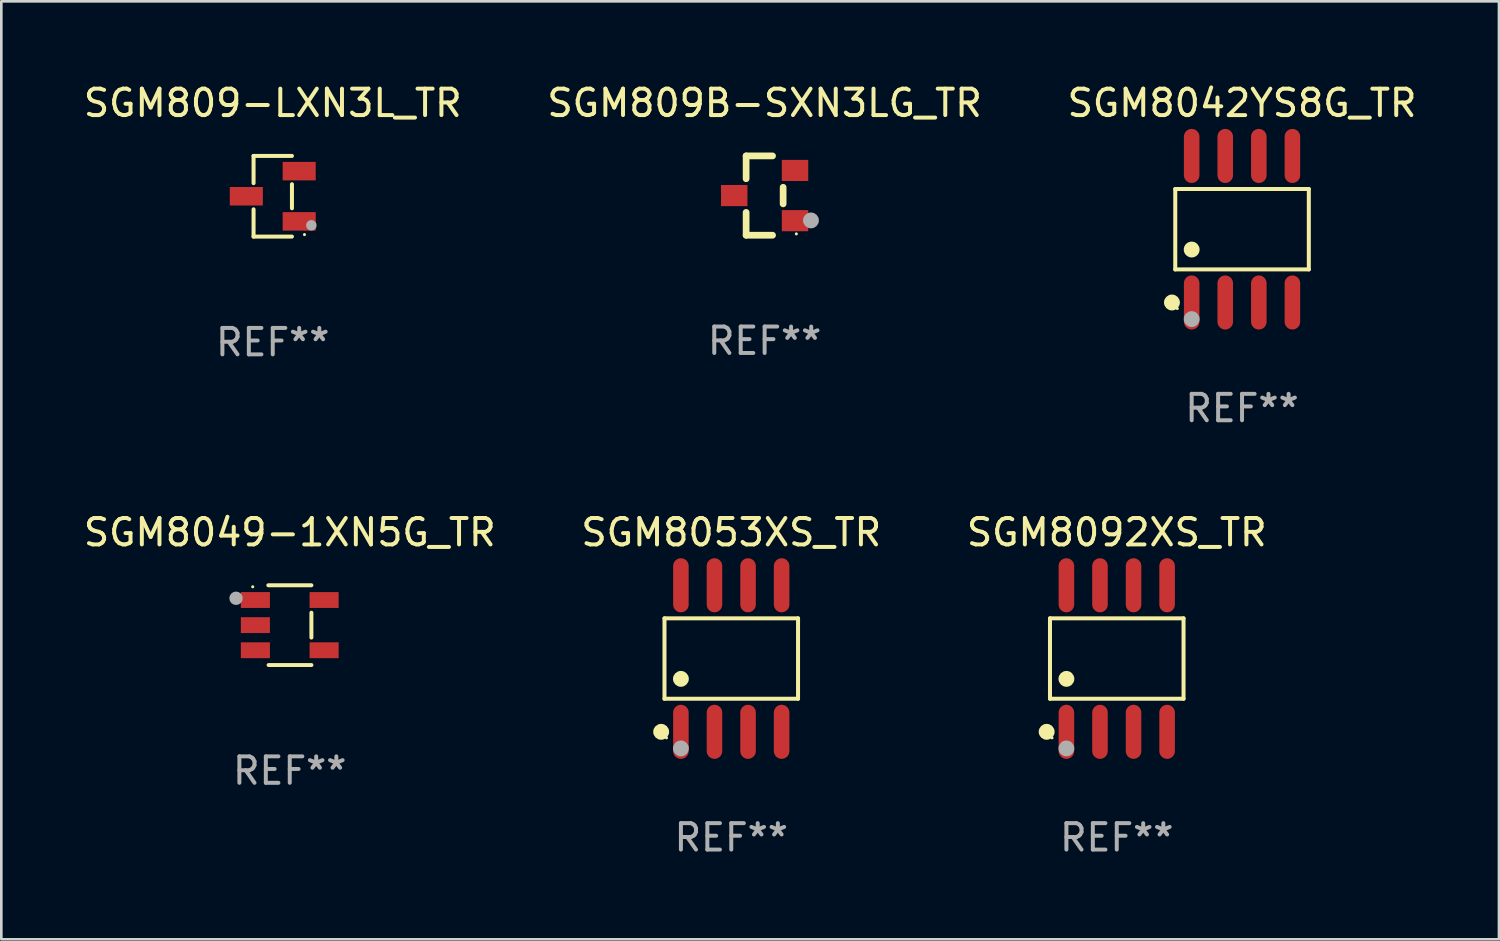
<source format=kicad_pcb>
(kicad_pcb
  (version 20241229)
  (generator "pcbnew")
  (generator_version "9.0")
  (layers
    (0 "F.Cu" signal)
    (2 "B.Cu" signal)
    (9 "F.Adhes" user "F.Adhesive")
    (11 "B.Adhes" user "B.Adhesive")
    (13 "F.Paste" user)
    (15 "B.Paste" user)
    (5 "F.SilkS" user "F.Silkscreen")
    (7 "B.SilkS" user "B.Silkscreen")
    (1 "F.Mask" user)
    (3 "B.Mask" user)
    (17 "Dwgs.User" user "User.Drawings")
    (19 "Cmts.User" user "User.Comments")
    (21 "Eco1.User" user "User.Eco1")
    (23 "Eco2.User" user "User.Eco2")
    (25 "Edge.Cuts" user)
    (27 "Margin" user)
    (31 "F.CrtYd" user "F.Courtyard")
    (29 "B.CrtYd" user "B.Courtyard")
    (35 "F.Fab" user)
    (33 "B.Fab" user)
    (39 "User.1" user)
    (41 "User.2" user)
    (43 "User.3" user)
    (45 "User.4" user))
  (footprint "SGM8042YS8G_TR"
    (layer "F.Cu")
    (at 43.935 5.621)
    (property "Reference" "SGM8042YS8G_TR" (at 0 -4.772 0) (layer "F.SilkS") (effects (font (size 1 1) (thickness 0.15))))
    (attr through_hole)
    (fp_line (start -2.526 -1.521) (end 2.526 -1.521) (stroke (width 0.152) (type solid)) (layer "F.SilkS"))
    (fp_line (start -2.526 1.521) (end -2.526 -1.521) (stroke (width 0.152) (type solid)) (layer "F.SilkS"))
    (fp_line (start 2.526 -1.521) (end 2.526 1.521) (stroke (width 0.152) (type solid)) (layer "F.SilkS"))
    (fp_line (start 2.526 1.521) (end -2.526 1.521) (stroke (width 0.152) (type solid)) (layer "F.SilkS"))
    (fp_circle (center -2.652 2.772) (end -2.501 2.772) (stroke (width 0.3) (type solid)) (fill no) (layer "F.SilkS"))
    (fp_circle (center -2.45 3) (end -2.42 3) (stroke (width 0.06) (type solid)) (fill no) (layer "F.SilkS"))
    (fp_circle (center -1.905 0.769) (end -1.755 0.769) (stroke (width 0.3) (type solid)) (fill no) (layer "F.SilkS"))
    (fp_circle (center -1.905 3.4) (end -1.755 3.4) (stroke (width 0.3) (type solid)) (fill no) (layer "F.Fab"))
    (fp_text user "REF**" (at 0 6.772 0) (layer "F.Fab") (effects (font (size 1 1) (thickness 0.15))))
    (pad "1" smd oval (at -1.905 2.772) (size 0.588 2.045) (layers "F.Cu" "F.Mask" "F.Paste"))
    (pad "2" smd oval (at -0.635 2.772) (size 0.588 2.045) (layers "F.Cu" "F.Mask" "F.Paste"))
    (pad "3" smd oval (at 0.635 2.772) (size 0.588 2.045) (layers "F.Cu" "F.Mask" "F.Paste"))
    (pad "4" smd oval (at 1.905 2.772) (size 0.588 2.045) (layers "F.Cu" "F.Mask" "F.Paste"))
    (pad "5" smd oval (at 1.905 -2.772) (size 0.588 2.045) (layers "F.Cu" "F.Mask" "F.Paste"))
    (pad "6" smd oval (at 0.635 -2.772) (size 0.588 2.045) (layers "F.Cu" "F.Mask" "F.Paste"))
    (pad "7" smd oval (at -0.635 -2.772) (size 0.588 2.045) (layers "F.Cu" "F.Mask" "F.Paste"))
    (pad "8" smd oval (at -1.905 -2.772) (size 0.588 2.045) (layers "F.Cu" "F.Mask" "F.Paste")))
  (footprint "SGM8049-1XN5G_TR"
    (layer "F.Cu")
    (at 7.911 20.599)
    (property "Reference" "SGM8049-1XN5G_TR" (at 0 -3.509 0) (layer "F.SilkS") (effects (font (size 1 1) (thickness 0.15))))
    (attr through_hole)
    (fp_line (start -0.811 -1.509) (end 0.819 -1.509) (stroke (width 0.15) (type solid)) (layer "F.SilkS"))
    (fp_line (start -0.8 1.509) (end 0.82 1.509) (stroke (width 0.15) (type solid)) (layer "F.SilkS"))
    (fp_line (start 0.819 -0.472) (end 0.819 0.47) (stroke (width 0.15) (type solid)) (layer "F.SilkS"))
    (fp_circle (center -1.4 -1.451) (end -1.37 -1.451) (stroke (width 0.06) (type solid)) (fill no) (layer "F.SilkS"))
    (fp_circle (center -2.032 -1.017) (end -1.905 -1.017) (stroke (width 0.254) (type solid)) (fill no) (layer "F.Fab"))
    (fp_text user "REF**" (at 0 5.509 0) (layer "F.Fab") (effects (font (size 1 1) (thickness 0.15))))
    (pad "1" smd rect (at -1.3 -0.951) (size 1.1 0.6) (layers "F.Cu" "F.Mask" "F.Paste"))
    (pad "2" smd rect (at -1.3 -0.001) (size 1.1 0.6) (layers "F.Cu" "F.Mask" "F.Paste"))
    (pad "3" smd rect (at -1.3 0.949) (size 1.1 0.6) (layers "F.Cu" "F.Mask" "F.Paste"))
    (pad "4" smd rect (at 1.3 0.949) (size 1.1 0.6) (layers "F.Cu" "F.Mask" "F.Paste"))
    (pad "5" smd rect (at 1.3 -0.951) (size 1.1 0.6) (layers "F.Cu" "F.Mask" "F.Paste")))
  (footprint "SGM809-LXN3L_TR"
    (layer "F.Cu")
    (at 7.268 4.374)
    (property "Reference" "SGM809-LXN3L_TR" (at 0 -3.526 0) (layer "F.SilkS") (effects (font (size 1 1) (thickness 0.15))))
    (attr through_hole)
    (fp_line (start -0.726 -1.526) (end -0.726 -0.495) (stroke (width 0.152) (type solid)) (layer "F.SilkS"))
    (fp_line (start -0.726 1.526) (end -0.726 0.495) (stroke (width 0.152) (type solid)) (layer "F.SilkS"))
    (fp_line (start 0.726 -1.526) (end -0.726 -1.526) (stroke (width 0.152) (type solid)) (layer "F.SilkS"))
    (fp_line (start 0.726 -0.455) (end 0.726 0.455) (stroke (width 0.152) (type solid)) (layer "F.SilkS"))
    (fp_line (start 0.726 1.526) (end -0.726 1.526) (stroke (width 0.152) (type solid)) (layer "F.SilkS"))
    (fp_circle (center 1.2 1.45) (end 1.23 1.45) (stroke (width 0.06) (type solid)) (fill no) (layer "F.SilkS"))
    (fp_circle (center 1.46 1.1) (end 1.56 1.1) (stroke (width 0.2) (type solid)) (fill no) (layer "F.Fab"))
    (fp_text user "REF**" (at 0 5.526 0) (layer "F.Fab") (effects (font (size 1 1) (thickness 0.15))))
    (pad "1" smd rect (at 1 0.95) (size 1.25 0.7) (layers "F.Cu" "F.Mask" "F.Paste"))
    (pad "2" smd rect (at 1 -0.95) (size 1.25 0.7) (layers "F.Cu" "F.Mask" "F.Paste"))
    (pad "3" smd rect (at -1 0) (size 1.25 0.7) (layers "F.Cu" "F.Mask" "F.Paste")))
  (footprint "SGM8092XS_TR"
    (layer "F.Cu")
    (at 39.196 21.862)
    (property "Reference" "SGM8092XS_TR" (at 0 -4.772 0) (layer "F.SilkS") (effects (font (size 1 1) (thickness 0.15))))
    (attr through_hole)
    (fp_line (start -2.526 -1.521) (end 2.526 -1.521) (stroke (width 0.152) (type solid)) (layer "F.SilkS"))
    (fp_line (start -2.526 1.521) (end -2.526 -1.521) (stroke (width 0.152) (type solid)) (layer "F.SilkS"))
    (fp_line (start 2.526 -1.521) (end 2.526 1.521) (stroke (width 0.152) (type solid)) (layer "F.SilkS"))
    (fp_line (start 2.526 1.521) (end -2.526 1.521) (stroke (width 0.152) (type solid)) (layer "F.SilkS"))
    (fp_circle (center -2.652 2.772) (end -2.501 2.772) (stroke (width 0.3) (type solid)) (fill no) (layer "F.SilkS"))
    (fp_circle (center -2.45 3) (end -2.42 3) (stroke (width 0.06) (type solid)) (fill no) (layer "F.SilkS"))
    (fp_circle (center -1.905 0.769) (end -1.755 0.769) (stroke (width 0.3) (type solid)) (fill no) (layer "F.SilkS"))
    (fp_circle (center -1.905 3.4) (end -1.755 3.4) (stroke (width 0.3) (type solid)) (fill no) (layer "F.Fab"))
    (fp_text user "REF**" (at 0 6.772 0) (layer "F.Fab") (effects (font (size 1 1) (thickness 0.15))))
    (pad "1" smd oval (at -1.905 2.772) (size 0.588 2.045) (layers "F.Cu" "F.Mask" "F.Paste"))
    (pad "2" smd oval (at -0.635 2.772) (size 0.588 2.045) (layers "F.Cu" "F.Mask" "F.Paste"))
    (pad "3" smd oval (at 0.635 2.772) (size 0.588 2.045) (layers "F.Cu" "F.Mask" "F.Paste"))
    (pad "4" smd oval (at 1.905 2.772) (size 0.588 2.045) (layers "F.Cu" "F.Mask" "F.Paste"))
    (pad "5" smd oval (at 1.905 -2.772) (size 0.588 2.045) (layers "F.Cu" "F.Mask" "F.Paste"))
    (pad "6" smd oval (at 0.635 -2.772) (size 0.588 2.045) (layers "F.Cu" "F.Mask" "F.Paste"))
    (pad "7" smd oval (at -0.635 -2.772) (size 0.588 2.045) (layers "F.Cu" "F.Mask" "F.Paste"))
    (pad "8" smd oval (at -1.905 -2.772) (size 0.588 2.045) (layers "F.Cu" "F.Mask" "F.Paste")))
  (footprint "SGM8053XS_TR"
    (layer "F.Cu")
    (at 24.613 21.862)
    (property "Reference" "SGM8053XS_TR" (at 0 -4.772 0) (layer "F.SilkS") (effects (font (size 1 1) (thickness 0.15))))
    (attr through_hole)
    (fp_line (start -2.526 -1.521) (end 2.526 -1.521) (stroke (width 0.152) (type solid)) (layer "F.SilkS"))
    (fp_line (start -2.526 1.521) (end -2.526 -1.521) (stroke (width 0.152) (type solid)) (layer "F.SilkS"))
    (fp_line (start 2.526 -1.521) (end 2.526 1.521) (stroke (width 0.152) (type solid)) (layer "F.SilkS"))
    (fp_line (start 2.526 1.521) (end -2.526 1.521) (stroke (width 0.152) (type solid)) (layer "F.SilkS"))
    (fp_circle (center -2.652 2.772) (end -2.501 2.772) (stroke (width 0.3) (type solid)) (fill no) (layer "F.SilkS"))
    (fp_circle (center -2.45 3) (end -2.42 3) (stroke (width 0.06) (type solid)) (fill no) (layer "F.SilkS"))
    (fp_circle (center -1.905 0.769) (end -1.755 0.769) (stroke (width 0.3) (type solid)) (fill no) (layer "F.SilkS"))
    (fp_circle (center -1.905 3.4) (end -1.755 3.4) (stroke (width 0.3) (type solid)) (fill no) (layer "F.Fab"))
    (fp_text user "REF**" (at 0 6.772 0) (layer "F.Fab") (effects (font (size 1 1) (thickness 0.15))))
    (pad "1" smd oval (at -1.905 2.772) (size 0.588 2.045) (layers "F.Cu" "F.Mask" "F.Paste"))
    (pad "2" smd oval (at -0.635 2.772) (size 0.588 2.045) (layers "F.Cu" "F.Mask" "F.Paste"))
    (pad "3" smd oval (at 0.635 2.772) (size 0.588 2.045) (layers "F.Cu" "F.Mask" "F.Paste"))
    (pad "4" smd oval (at 1.905 2.772) (size 0.588 2.045) (layers "F.Cu" "F.Mask" "F.Paste"))
    (pad "5" smd oval (at 1.905 -2.772) (size 0.588 2.045) (layers "F.Cu" "F.Mask" "F.Paste"))
    (pad "6" smd oval (at 0.635 -2.772) (size 0.588 2.045) (layers "F.Cu" "F.Mask" "F.Paste"))
    (pad "7" smd oval (at -0.635 -2.772) (size 0.588 2.045) (layers "F.Cu" "F.Mask" "F.Paste"))
    (pad "8" smd oval (at -1.905 -2.772) (size 0.588 2.045) (layers "F.Cu" "F.Mask" "F.Paste")))
  (footprint "SGM809B-SXN3LG_TR"
    (layer "F.Cu")
    (at 25.875 4.348)
    (property "Reference" "SGM809B-SXN3LG_TR" (at 0 -3.5 0) (layer "F.SilkS") (effects (font (size 1 1) (thickness 0.15))))
    (attr through_hole)
    (fp_line (start -0.7 -1.5) (end 0.3 -1.5) (stroke (width 0.254) (type solid)) (layer "F.SilkS"))
    (fp_line (start -0.7 -0.636) (end -0.7 -1.5) (stroke (width 0.254) (type solid)) (layer "F.SilkS"))
    (fp_line (start -0.7 1.5) (end -0.7 0.636) (stroke (width 0.254) (type solid)) (layer "F.SilkS"))
    (fp_line (start -0.7 1.5) (end 0.3 1.5) (stroke (width 0.254) (type solid)) (layer "F.SilkS"))
    (fp_line (start 0.7 0.314) (end 0.7 -0.314) (stroke (width 0.254) (type solid)) (layer "F.SilkS"))
    (fp_circle (center 1.2 1.45) (end 1.23 1.45) (stroke (width 0.06) (type solid)) (fill no) (layer "F.SilkS"))
    (fp_circle (center 1.753 0.94) (end 1.903 0.94) (stroke (width 0.3) (type solid)) (fill no) (layer "F.Fab"))
    (fp_text user "REF**" (at 0 5.5 0) (layer "F.Fab") (effects (font (size 1 1) (thickness 0.15))))
    (pad "1" smd rect (at 1.15 0.95 180) (size 1 0.8) (layers "F.Cu" "F.Mask" "F.Paste"))
    (pad "2" smd rect (at 1.15 -0.95 180) (size 1 0.8) (layers "F.Cu" "F.Mask" "F.Paste"))
    (pad "3" smd rect (at -1.15 -0.000051 180) (size 1 0.8) (layers "F.Cu" "F.Mask" "F.Paste")))
  (gr_rect
    (start -3 -3)
    (end 53.655 32.483)
    (stroke (width 0.1) (type default))
    (fill no)
    (layer "Edge.Cuts")))
</source>
